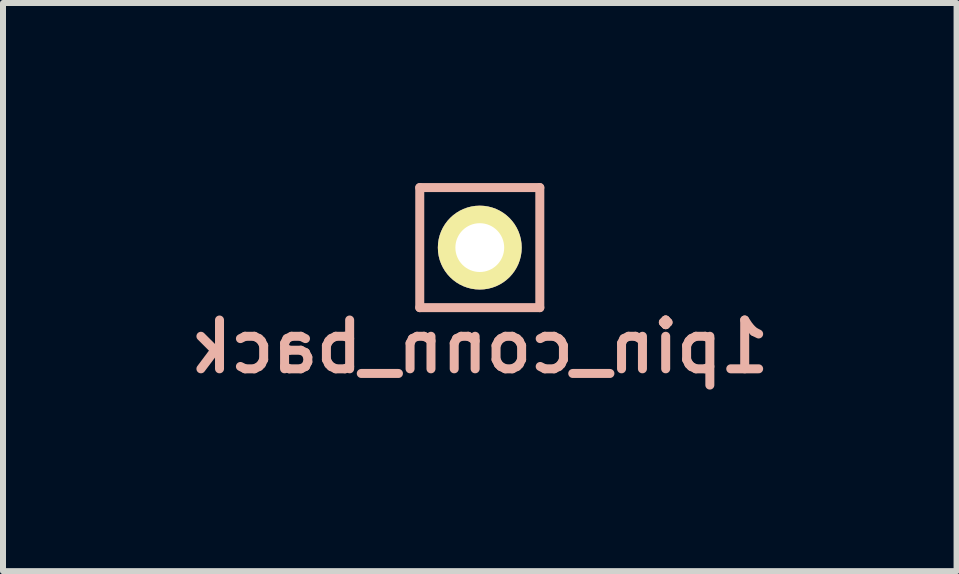
<source format=kicad_pcb>
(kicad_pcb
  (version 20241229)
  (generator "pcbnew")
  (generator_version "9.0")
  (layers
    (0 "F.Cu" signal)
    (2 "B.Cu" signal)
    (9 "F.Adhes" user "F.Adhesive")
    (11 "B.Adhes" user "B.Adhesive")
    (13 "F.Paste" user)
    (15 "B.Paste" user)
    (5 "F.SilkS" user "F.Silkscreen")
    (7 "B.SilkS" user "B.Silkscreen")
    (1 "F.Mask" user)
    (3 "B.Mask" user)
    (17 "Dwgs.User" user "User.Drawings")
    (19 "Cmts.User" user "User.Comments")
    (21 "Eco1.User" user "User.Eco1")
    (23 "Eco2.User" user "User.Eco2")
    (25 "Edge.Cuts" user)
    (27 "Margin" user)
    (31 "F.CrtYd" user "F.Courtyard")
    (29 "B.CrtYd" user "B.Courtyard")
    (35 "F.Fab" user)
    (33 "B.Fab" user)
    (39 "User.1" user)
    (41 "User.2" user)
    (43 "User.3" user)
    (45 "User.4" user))
  (footprint "1pin_conn_back"
    (layer "F.Cu")
    (at 4.943 1.075)
    (property "Reference" "1pin_conn_back" (at 0 1.651 180) (layer "B.SilkS") (effects (font (size 0.813 0.813) (thickness 0.15)) (justify mirror)))
    (attr through_hole)
    (fp_line (start -1 -1) (end 1 -1) (stroke (width 0.15) (type solid)) (layer "B.SilkS"))
    (fp_line (start -1 1) (end -1 -1) (stroke (width 0.15) (type solid)) (layer "B.SilkS"))
    (fp_line (start 1 -1) (end 1 1) (stroke (width 0.15) (type solid)) (layer "B.SilkS"))
    (fp_line (start 1 1) (end -1 1) (stroke (width 0.15) (type solid)) (layer "B.SilkS"))
    (pad "1" thru_hole circle (at 0 0) (size 1.397 1.397) (drill 0.813) (layers "*.Cu" "*.Mask" "F.SilkS")))
  (gr_rect
    (start -3 -3)
    (end 12.886 6.465)
    (stroke (width 0.1) (type default))
    (fill no)
    (layer "Edge.Cuts")))
</source>
